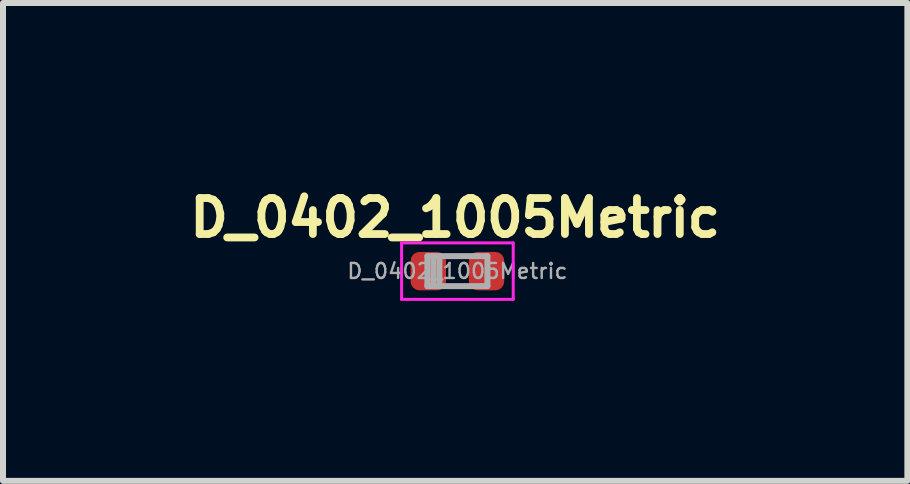
<source format=kicad_pcb>
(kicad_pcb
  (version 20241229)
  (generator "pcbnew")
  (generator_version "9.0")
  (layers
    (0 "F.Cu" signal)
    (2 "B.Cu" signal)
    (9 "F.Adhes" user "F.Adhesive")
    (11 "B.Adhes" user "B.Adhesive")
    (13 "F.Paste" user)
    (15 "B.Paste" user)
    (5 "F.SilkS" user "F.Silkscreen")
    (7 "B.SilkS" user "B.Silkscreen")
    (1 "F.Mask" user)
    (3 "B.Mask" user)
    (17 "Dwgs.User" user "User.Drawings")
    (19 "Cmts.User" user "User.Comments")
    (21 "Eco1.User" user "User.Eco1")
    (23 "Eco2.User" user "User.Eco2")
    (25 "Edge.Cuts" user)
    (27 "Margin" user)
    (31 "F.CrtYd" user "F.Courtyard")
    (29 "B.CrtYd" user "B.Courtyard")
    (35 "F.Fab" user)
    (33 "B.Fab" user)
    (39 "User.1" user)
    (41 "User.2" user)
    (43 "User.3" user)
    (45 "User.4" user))
  (footprint "D_0402_1005Metric"
    (layer "F.Cu")
    (at 4.572 1.468)
    (property "Reference" "D_0402_1005Metric" (at -0.037 -0.889 0) (layer "F.SilkS") (effects (font (size 0.6 0.6) (thickness 0.13) (bold yes))))
    (attr smd)
    (fp_line (start -0.93 -0.47) (end 0.93 -0.47) (stroke (width 0.05) (type solid)) (layer "F.CrtYd"))
    (fp_line (start -0.93 0.47) (end -0.93 -0.47) (stroke (width 0.05) (type solid)) (layer "F.CrtYd"))
    (fp_line (start 0.93 -0.47) (end 0.93 0.47) (stroke (width 0.05) (type solid)) (layer "F.CrtYd"))
    (fp_line (start 0.93 0.47) (end -0.93 0.47) (stroke (width 0.05) (type solid)) (layer "F.CrtYd"))
    (fp_line (start -0.5 -0.25) (end 0.5 -0.25) (stroke (width 0.1) (type solid)) (layer "F.Fab"))
    (fp_line (start -0.5 0.25) (end -0.5 -0.25) (stroke (width 0.1) (type solid)) (layer "F.Fab"))
    (fp_line (start -0.4 0.25) (end -0.4 -0.25) (stroke (width 0.1) (type solid)) (layer "F.Fab"))
    (fp_line (start -0.3 0.25) (end -0.3 -0.25) (stroke (width 0.1) (type solid)) (layer "F.Fab"))
    (fp_line (start 0.5 -0.25) (end 0.5 0.25) (stroke (width 0.1) (type solid)) (layer "F.Fab"))
    (fp_line (start 0.5 0.25) (end -0.5 0.25) (stroke (width 0.1) (type solid)) (layer "F.Fab"))
    (fp_text user "${REFERENCE}" (at 0 0 0) (layer "F.Fab") (effects (font (size 0.25 0.25) (thickness 0.04))))
    (pad "1" smd roundrect (at -0.485 0) (size 0.59 0.64) (layers "F.Cu" "F.Mask" "F.Paste") (roundrect_rratio 0.25))
    (pad "2" smd roundrect (at 0.485 0) (size 0.59 0.64) (layers "F.Cu" "F.Mask" "F.Paste") (roundrect_rratio 0.25)))
  (gr_rect
    (start -3 -3)
    (end 12.07 4.963)
    (stroke (width 0.1) (type default))
    (fill no)
    (layer "Edge.Cuts")))
</source>
